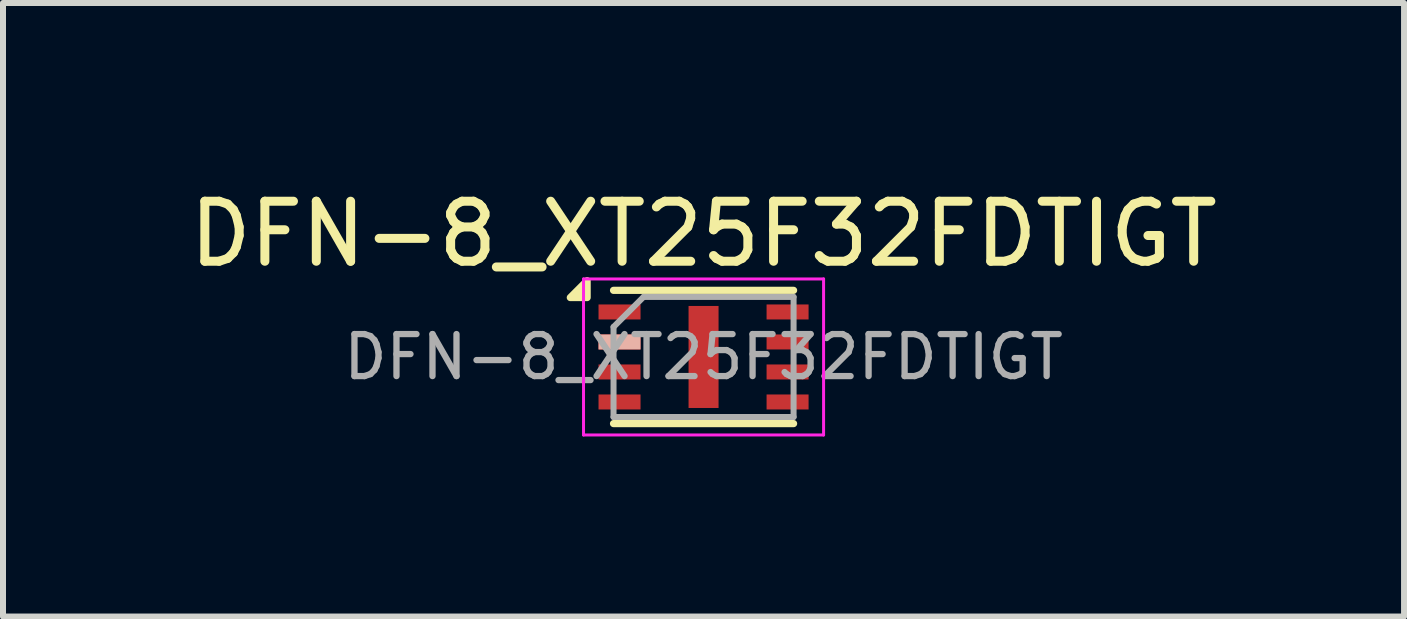
<source format=kicad_pcb>
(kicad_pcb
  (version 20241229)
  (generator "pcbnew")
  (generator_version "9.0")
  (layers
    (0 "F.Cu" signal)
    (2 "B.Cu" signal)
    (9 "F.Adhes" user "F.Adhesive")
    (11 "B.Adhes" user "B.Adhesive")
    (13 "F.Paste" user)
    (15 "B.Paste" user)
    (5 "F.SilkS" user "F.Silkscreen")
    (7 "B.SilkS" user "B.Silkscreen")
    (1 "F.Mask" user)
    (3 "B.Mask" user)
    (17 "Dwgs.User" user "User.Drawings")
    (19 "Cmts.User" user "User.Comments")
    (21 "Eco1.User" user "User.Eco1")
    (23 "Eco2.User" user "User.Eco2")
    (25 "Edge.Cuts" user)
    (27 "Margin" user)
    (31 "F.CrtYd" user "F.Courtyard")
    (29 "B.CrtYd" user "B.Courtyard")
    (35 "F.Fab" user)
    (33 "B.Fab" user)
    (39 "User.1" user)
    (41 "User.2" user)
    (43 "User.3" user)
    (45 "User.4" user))
  (footprint "DFN-8_XT25F32FDTIGT"
    (layer "F.Cu")
    (at 8.673 2.898)
    (property "Reference" "DFN-8_XT25F32FDTIGT" (at 0 -2.05 0) (layer "F.SilkS") (effects (font (size 1 1) (thickness 0.15))))
    (attr smd)
    (fp_line (start -1.5 -1.11) (end 1.5 -1.11) (stroke (width 0.12) (type solid)) (layer "F.SilkS"))
    (fp_line (start -1.5 1.11) (end 1.5 1.11) (stroke (width 0.12) (type solid)) (layer "F.SilkS"))
    (fp_poly (pts (xy -1.94 -0.99) (xy -2.22 -0.99) (xy -1.94 -1.27) (xy -1.94 -0.99)) (stroke (width 0.12) (type solid)) (fill yes) (layer "F.SilkS"))
    (fp_line (start -2 -1.3) (end -2 1.3) (stroke (width 0.05) (type solid)) (layer "F.CrtYd"))
    (fp_line (start -2 -1.3) (end 2 -1.3) (stroke (width 0.05) (type solid)) (layer "F.CrtYd"))
    (fp_line (start -2 1.3) (end 2 1.3) (stroke (width 0.05) (type solid)) (layer "F.CrtYd"))
    (fp_line (start 2 -1.3) (end 2 1.3) (stroke (width 0.05) (type solid)) (layer "F.CrtYd"))
    (fp_line (start -1.5 -0.5) (end -1 -1) (stroke (width 0.1) (type solid)) (layer "F.Fab"))
    (fp_line (start -1.5 1) (end -1.5 -0.5) (stroke (width 0.1) (type solid)) (layer "F.Fab"))
    (fp_line (start -1 -1) (end 1.5 -1) (stroke (width 0.1) (type solid)) (layer "F.Fab"))
    (fp_line (start 1.5 -1) (end 1.5 1) (stroke (width 0.1) (type solid)) (layer "F.Fab"))
    (fp_line (start 1.5 1) (end -1.5 1) (stroke (width 0.1) (type solid)) (layer "F.Fab"))
    (fp_text user "${REFERENCE}" (at 0 0 0) (layer "F.Fab") (effects (font (size 0.7 0.7) (thickness 0.105))))
    (pad "1" smd rect (at -1.4 -0.75) (size 0.7 0.25) (layers "F.Cu" "F.Mask"))
    (pad "2" smd rect (at -1.4 -0.25) (size 0.7 0.25) (layers "F.Cu" "F.Mask" "B.SilkS" "F.Paste"))
    (pad "3" smd rect (at -1.4 0.25) (size 0.7 0.25) (layers "F.Cu" "F.Mask" "F.Paste"))
    (pad "4" smd rect (at -1.4 0.75) (size 0.7 0.25) (layers "F.Cu" "F.Mask" "F.Paste"))
    (pad "5" smd rect (at 1.4 0.75) (size 0.7 0.25) (layers "F.Cu" "F.Mask" "F.Paste"))
    (pad "6" smd rect (at 1.4 0.25) (size 0.7 0.25) (layers "F.Cu" "F.Mask" "F.Paste"))
    (pad "7" smd rect (at 1.4 -0.25) (size 0.7 0.25) (layers "F.Cu" "F.Mask" "F.Paste"))
    (pad "8" smd rect (at 1.4 -0.75) (size 0.7 0.25) (layers "F.Cu" "F.Mask" "F.Paste"))
    (pad "9" smd rect (at 0 0) (size 0.5 1.7) (layers "F.Cu" "F.Mask")))
  (gr_rect
    (start -3 -3)
    (end 20.345 7.223)
    (stroke (width 0.1) (type default))
    (fill no)
    (layer "Edge.Cuts")))
</source>
